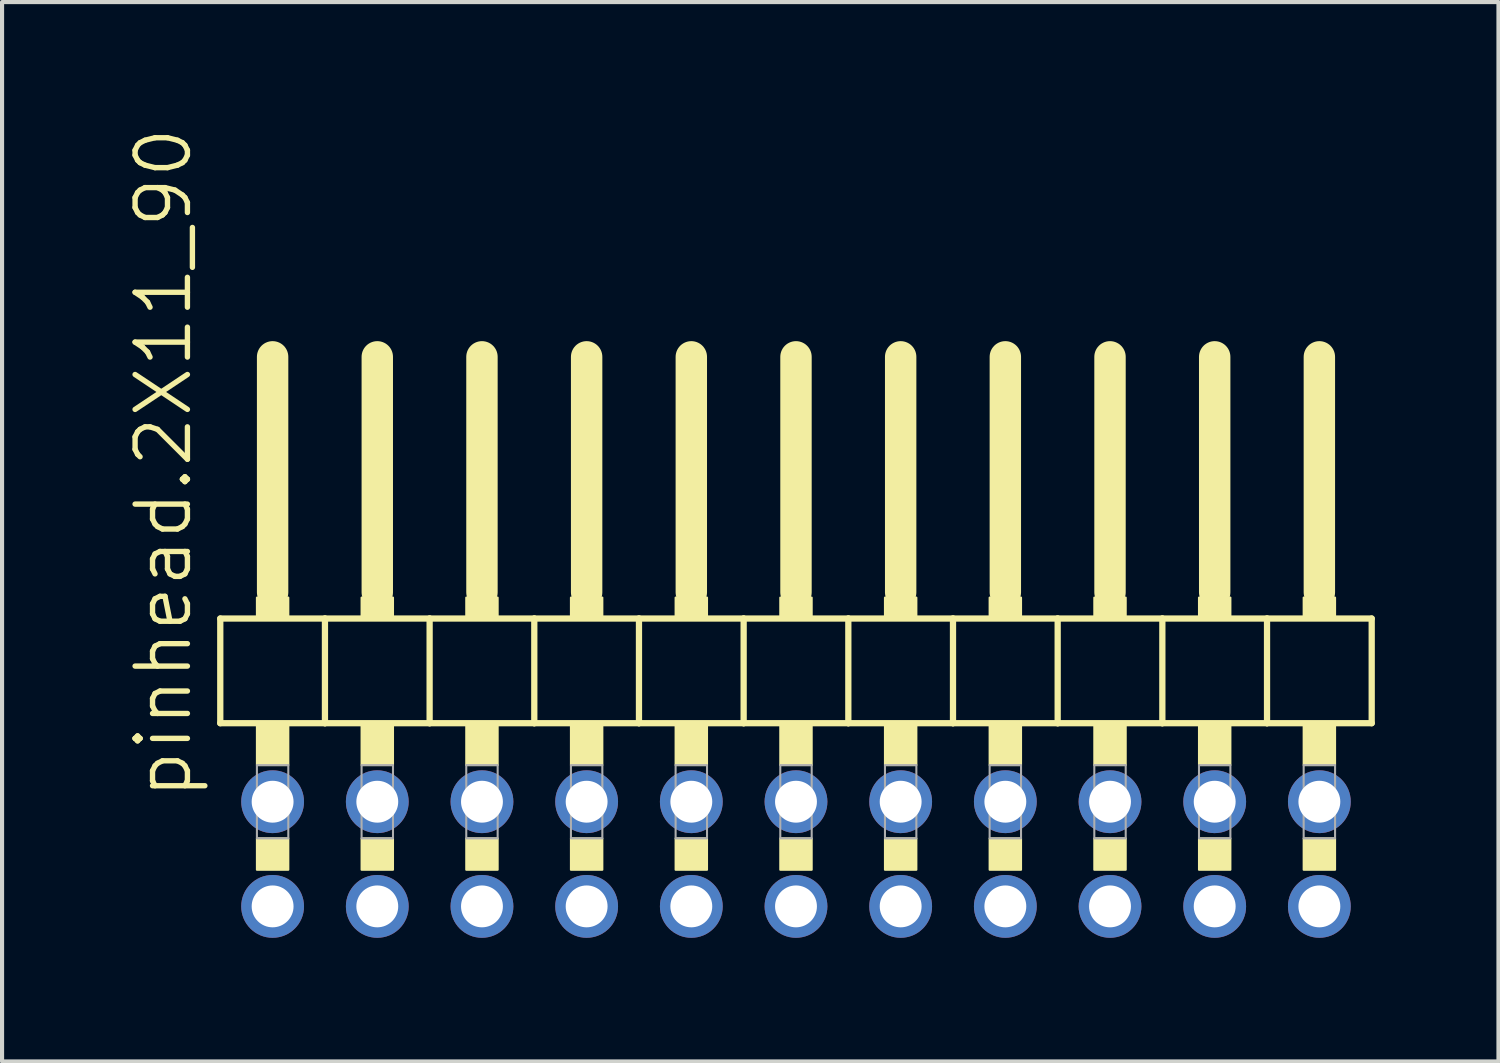
<source format=kicad_pcb>
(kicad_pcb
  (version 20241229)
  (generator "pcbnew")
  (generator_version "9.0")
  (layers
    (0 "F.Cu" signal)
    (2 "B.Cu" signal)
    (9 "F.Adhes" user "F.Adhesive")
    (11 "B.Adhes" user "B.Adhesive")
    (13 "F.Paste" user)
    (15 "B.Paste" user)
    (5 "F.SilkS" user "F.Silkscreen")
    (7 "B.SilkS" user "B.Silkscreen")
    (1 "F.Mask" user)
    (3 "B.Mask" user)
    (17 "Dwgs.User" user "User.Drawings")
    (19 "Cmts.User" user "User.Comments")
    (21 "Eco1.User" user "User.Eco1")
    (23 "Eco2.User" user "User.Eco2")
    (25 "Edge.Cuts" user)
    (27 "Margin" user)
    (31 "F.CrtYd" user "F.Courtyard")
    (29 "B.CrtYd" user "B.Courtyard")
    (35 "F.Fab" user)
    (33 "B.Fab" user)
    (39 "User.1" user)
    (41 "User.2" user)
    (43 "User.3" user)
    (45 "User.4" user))
  (footprint "pinhead.2X11_90"
    (layer "F.Cu")
    (at 16.265 12.594)
    (property "Reference" "pinhead.2X11_90" (at -14.605 3.81 90) (layer "F.SilkS") (effects (font (size 1.27 1.27) (thickness 0.13)) (justify left bottom)))
    (attr through_hole)
    (fp_line (start -13.97 -0.635) (end -13.97 1.905) (stroke (width 0.152) (type default)) (layer "F.SilkS"))
    (fp_line (start -13.97 1.905) (end -11.43 1.905) (stroke (width 0.152) (type default)) (layer "F.SilkS"))
    (fp_line (start -12.7 -6.985) (end -12.7 -1.27) (stroke (width 0.762) (type default)) (layer "F.SilkS"))
    (fp_line (start -11.43 -0.635) (end -13.97 -0.635) (stroke (width 0.152) (type default)) (layer "F.SilkS"))
    (fp_line (start -11.43 1.905) (end -11.43 -0.635) (stroke (width 0.152) (type default)) (layer "F.SilkS"))
    (fp_line (start -11.43 1.905) (end -8.89 1.905) (stroke (width 0.152) (type default)) (layer "F.SilkS"))
    (fp_line (start -10.16 -6.985) (end -10.16 -1.27) (stroke (width 0.762) (type default)) (layer "F.SilkS"))
    (fp_line (start -8.89 -0.635) (end -11.43 -0.635) (stroke (width 0.152) (type default)) (layer "F.SilkS"))
    (fp_line (start -8.89 1.905) (end -8.89 -0.635) (stroke (width 0.152) (type default)) (layer "F.SilkS"))
    (fp_line (start -8.89 1.905) (end -6.35 1.905) (stroke (width 0.152) (type default)) (layer "F.SilkS"))
    (fp_line (start -7.62 -6.985) (end -7.62 -1.27) (stroke (width 0.762) (type default)) (layer "F.SilkS"))
    (fp_line (start -6.35 -0.635) (end -8.89 -0.635) (stroke (width 0.152) (type default)) (layer "F.SilkS"))
    (fp_line (start -6.35 1.905) (end -6.35 -0.635) (stroke (width 0.152) (type default)) (layer "F.SilkS"))
    (fp_line (start -6.35 1.905) (end -3.81 1.905) (stroke (width 0.152) (type default)) (layer "F.SilkS"))
    (fp_line (start -5.08 -6.985) (end -5.08 -1.27) (stroke (width 0.762) (type default)) (layer "F.SilkS"))
    (fp_line (start -3.81 -0.635) (end -6.35 -0.635) (stroke (width 0.152) (type default)) (layer "F.SilkS"))
    (fp_line (start -3.81 1.905) (end -3.81 -0.635) (stroke (width 0.152) (type default)) (layer "F.SilkS"))
    (fp_line (start -3.81 1.905) (end -1.27 1.905) (stroke (width 0.152) (type default)) (layer "F.SilkS"))
    (fp_line (start -2.54 -6.985) (end -2.54 -1.27) (stroke (width 0.762) (type default)) (layer "F.SilkS"))
    (fp_line (start -1.27 -0.635) (end -3.81 -0.635) (stroke (width 0.152) (type default)) (layer "F.SilkS"))
    (fp_line (start -1.27 1.905) (end -1.27 -0.635) (stroke (width 0.152) (type default)) (layer "F.SilkS"))
    (fp_line (start -1.27 1.905) (end 1.27 1.905) (stroke (width 0.152) (type default)) (layer "F.SilkS"))
    (fp_line (start 0 -6.985) (end 0 -1.27) (stroke (width 0.762) (type default)) (layer "F.SilkS"))
    (fp_line (start 1.27 -0.635) (end -1.27 -0.635) (stroke (width 0.152) (type default)) (layer "F.SilkS"))
    (fp_line (start 1.27 1.905) (end 1.27 -0.635) (stroke (width 0.152) (type default)) (layer "F.SilkS"))
    (fp_line (start 1.27 1.905) (end 3.81 1.905) (stroke (width 0.152) (type default)) (layer "F.SilkS"))
    (fp_line (start 2.54 -6.985) (end 2.54 -1.27) (stroke (width 0.762) (type default)) (layer "F.SilkS"))
    (fp_line (start 3.81 -0.635) (end 1.27 -0.635) (stroke (width 0.152) (type default)) (layer "F.SilkS"))
    (fp_line (start 3.81 1.905) (end 3.81 -0.635) (stroke (width 0.152) (type default)) (layer "F.SilkS"))
    (fp_line (start 3.81 1.905) (end 6.35 1.905) (stroke (width 0.152) (type default)) (layer "F.SilkS"))
    (fp_line (start 5.08 -6.985) (end 5.08 -1.27) (stroke (width 0.762) (type default)) (layer "F.SilkS"))
    (fp_line (start 6.35 -0.635) (end 3.81 -0.635) (stroke (width 0.152) (type default)) (layer "F.SilkS"))
    (fp_line (start 6.35 1.905) (end 6.35 -0.635) (stroke (width 0.152) (type default)) (layer "F.SilkS"))
    (fp_line (start 6.35 1.905) (end 8.89 1.905) (stroke (width 0.152) (type default)) (layer "F.SilkS"))
    (fp_line (start 7.62 -6.985) (end 7.62 -1.27) (stroke (width 0.762) (type default)) (layer "F.SilkS"))
    (fp_line (start 8.89 -0.635) (end 6.35 -0.635) (stroke (width 0.152) (type default)) (layer "F.SilkS"))
    (fp_line (start 8.89 1.905) (end 8.89 -0.635) (stroke (width 0.152) (type default)) (layer "F.SilkS"))
    (fp_line (start 8.89 1.905) (end 11.43 1.905) (stroke (width 0.152) (type default)) (layer "F.SilkS"))
    (fp_line (start 10.16 -6.985) (end 10.16 -1.27) (stroke (width 0.762) (type default)) (layer "F.SilkS"))
    (fp_line (start 11.43 -0.635) (end 8.89 -0.635) (stroke (width 0.152) (type default)) (layer "F.SilkS"))
    (fp_line (start 11.43 1.905) (end 11.43 -0.635) (stroke (width 0.152) (type default)) (layer "F.SilkS"))
    (fp_line (start 11.43 1.905) (end 13.97 1.905) (stroke (width 0.152) (type default)) (layer "F.SilkS"))
    (fp_line (start 12.7 -6.985) (end 12.7 -1.27) (stroke (width 0.762) (type default)) (layer "F.SilkS"))
    (fp_line (start 13.97 -0.635) (end 11.43 -0.635) (stroke (width 0.152) (type default)) (layer "F.SilkS"))
    (fp_line (start 13.97 1.905) (end 13.97 -0.635) (stroke (width 0.152) (type default)) (layer "F.SilkS"))
    (fp_rect (start -13.081 -0.635) (end -12.319 -1.143) (stroke (width 0.05) (type default)) (fill yes) (layer "F.SilkS"))
    (fp_rect (start -13.081 2.921) (end -12.319 1.905) (stroke (width 0.05) (type default)) (fill yes) (layer "F.SilkS"))
    (fp_rect (start -13.081 5.461) (end -12.319 4.699) (stroke (width 0.05) (type default)) (fill yes) (layer "F.SilkS"))
    (fp_rect (start -10.541 -0.635) (end -9.779 -1.143) (stroke (width 0.05) (type default)) (fill yes) (layer "F.SilkS"))
    (fp_rect (start -10.541 2.921) (end -9.779 1.905) (stroke (width 0.05) (type default)) (fill yes) (layer "F.SilkS"))
    (fp_rect (start -10.541 5.461) (end -9.779 4.699) (stroke (width 0.05) (type default)) (fill yes) (layer "F.SilkS"))
    (fp_rect (start -8.001 -0.635) (end -7.239 -1.143) (stroke (width 0.05) (type default)) (fill yes) (layer "F.SilkS"))
    (fp_rect (start -8.001 2.921) (end -7.239 1.905) (stroke (width 0.05) (type default)) (fill yes) (layer "F.SilkS"))
    (fp_rect (start -8.001 5.461) (end -7.239 4.699) (stroke (width 0.05) (type default)) (fill yes) (layer "F.SilkS"))
    (fp_rect (start -5.461 -0.635) (end -4.699 -1.143) (stroke (width 0.05) (type default)) (fill yes) (layer "F.SilkS"))
    (fp_rect (start -5.461 2.921) (end -4.699 1.905) (stroke (width 0.05) (type default)) (fill yes) (layer "F.SilkS"))
    (fp_rect (start -5.461 5.461) (end -4.699 4.699) (stroke (width 0.05) (type default)) (fill yes) (layer "F.SilkS"))
    (fp_rect (start -2.921 -0.635) (end -2.159 -1.143) (stroke (width 0.05) (type default)) (fill yes) (layer "F.SilkS"))
    (fp_rect (start -2.921 2.921) (end -2.159 1.905) (stroke (width 0.05) (type default)) (fill yes) (layer "F.SilkS"))
    (fp_rect (start -2.921 5.461) (end -2.159 4.699) (stroke (width 0.05) (type default)) (fill yes) (layer "F.SilkS"))
    (fp_rect (start -0.381 -0.635) (end 0.381 -1.143) (stroke (width 0.05) (type default)) (fill yes) (layer "F.SilkS"))
    (fp_rect (start -0.381 2.921) (end 0.381 1.905) (stroke (width 0.05) (type default)) (fill yes) (layer "F.SilkS"))
    (fp_rect (start -0.381 5.461) (end 0.381 4.699) (stroke (width 0.05) (type default)) (fill yes) (layer "F.SilkS"))
    (fp_rect (start 2.159 -0.635) (end 2.921 -1.143) (stroke (width 0.05) (type default)) (fill yes) (layer "F.SilkS"))
    (fp_rect (start 2.159 2.921) (end 2.921 1.905) (stroke (width 0.05) (type default)) (fill yes) (layer "F.SilkS"))
    (fp_rect (start 2.159 5.461) (end 2.921 4.699) (stroke (width 0.05) (type default)) (fill yes) (layer "F.SilkS"))
    (fp_rect (start 4.699 -0.635) (end 5.461 -1.143) (stroke (width 0.05) (type default)) (fill yes) (layer "F.SilkS"))
    (fp_rect (start 4.699 2.921) (end 5.461 1.905) (stroke (width 0.05) (type default)) (fill yes) (layer "F.SilkS"))
    (fp_rect (start 4.699 5.461) (end 5.461 4.699) (stroke (width 0.05) (type default)) (fill yes) (layer "F.SilkS"))
    (fp_rect (start 7.239 -0.635) (end 8.001 -1.143) (stroke (width 0.05) (type default)) (fill yes) (layer "F.SilkS"))
    (fp_rect (start 7.239 2.921) (end 8.001 1.905) (stroke (width 0.05) (type default)) (fill yes) (layer "F.SilkS"))
    (fp_rect (start 7.239 5.461) (end 8.001 4.699) (stroke (width 0.05) (type default)) (fill yes) (layer "F.SilkS"))
    (fp_rect (start 9.779 -0.635) (end 10.541 -1.143) (stroke (width 0.05) (type default)) (fill yes) (layer "F.SilkS"))
    (fp_rect (start 9.779 2.921) (end 10.541 1.905) (stroke (width 0.05) (type default)) (fill yes) (layer "F.SilkS"))
    (fp_rect (start 9.779 5.461) (end 10.541 4.699) (stroke (width 0.05) (type default)) (fill yes) (layer "F.SilkS"))
    (fp_rect (start 12.319 -0.635) (end 13.081 -1.143) (stroke (width 0.05) (type default)) (fill yes) (layer "F.SilkS"))
    (fp_rect (start 12.319 2.921) (end 13.081 1.905) (stroke (width 0.05) (type default)) (fill yes) (layer "F.SilkS"))
    (fp_rect (start 12.319 5.461) (end 13.081 4.699) (stroke (width 0.05) (type default)) (fill yes) (layer "F.SilkS"))
    (fp_rect (start -13.081 4.699) (end -12.319 2.921) (stroke (width 0.05) (type default)) (fill no) (layer "F.Fab"))
    (fp_rect (start -10.541 4.699) (end -9.779 2.921) (stroke (width 0.05) (type default)) (fill no) (layer "F.Fab"))
    (fp_rect (start -8.001 4.699) (end -7.239 2.921) (stroke (width 0.05) (type default)) (fill no) (layer "F.Fab"))
    (fp_rect (start -5.461 4.699) (end -4.699 2.921) (stroke (width 0.05) (type default)) (fill no) (layer "F.Fab"))
    (fp_rect (start -2.921 4.699) (end -2.159 2.921) (stroke (width 0.05) (type default)) (fill no) (layer "F.Fab"))
    (fp_rect (start -0.381 4.699) (end 0.381 2.921) (stroke (width 0.05) (type default)) (fill no) (layer "F.Fab"))
    (fp_rect (start 2.159 4.699) (end 2.921 2.921) (stroke (width 0.05) (type default)) (fill no) (layer "F.Fab"))
    (fp_rect (start 4.699 4.699) (end 5.461 2.921) (stroke (width 0.05) (type default)) (fill no) (layer "F.Fab"))
    (fp_rect (start 7.239 4.699) (end 8.001 2.921) (stroke (width 0.05) (type default)) (fill no) (layer "F.Fab"))
    (fp_rect (start 9.779 4.699) (end 10.541 2.921) (stroke (width 0.05) (type default)) (fill no) (layer "F.Fab"))
    (fp_rect (start 12.319 4.699) (end 13.081 2.921) (stroke (width 0.05) (type default)) (fill no) (layer "F.Fab"))
    (pad "1" thru_hole circle (at -12.7 6.35) (size 1.524 1.524) (drill 1.016) (layers "*.Cu" "*.Mask"))
    (pad "2" thru_hole circle (at -12.7 3.81) (size 1.524 1.524) (drill 1.016) (layers "*.Cu" "*.Mask"))
    (pad "3" thru_hole circle (at -10.16 6.35) (size 1.524 1.524) (drill 1.016) (layers "*.Cu" "*.Mask"))
    (pad "4" thru_hole circle (at -10.16 3.81) (size 1.524 1.524) (drill 1.016) (layers "*.Cu" "*.Mask"))
    (pad "5" thru_hole circle (at -7.62 6.35) (size 1.524 1.524) (drill 1.016) (layers "*.Cu" "*.Mask"))
    (pad "6" thru_hole circle (at -7.62 3.81) (size 1.524 1.524) (drill 1.016) (layers "*.Cu" "*.Mask"))
    (pad "7" thru_hole circle (at -5.08 6.35) (size 1.524 1.524) (drill 1.016) (layers "*.Cu" "*.Mask"))
    (pad "8" thru_hole circle (at -5.08 3.81) (size 1.524 1.524) (drill 1.016) (layers "*.Cu" "*.Mask"))
    (pad "9" thru_hole circle (at -2.54 6.35) (size 1.524 1.524) (drill 1.016) (layers "*.Cu" "*.Mask"))
    (pad "10" thru_hole circle (at -2.54 3.81) (size 1.524 1.524) (drill 1.016) (layers "*.Cu" "*.Mask"))
    (pad "11" thru_hole circle (at 0 6.35) (size 1.524 1.524) (drill 1.016) (layers "*.Cu" "*.Mask"))
    (pad "12" thru_hole circle (at 0 3.81) (size 1.524 1.524) (drill 1.016) (layers "*.Cu" "*.Mask"))
    (pad "13" thru_hole circle (at 2.54 6.35) (size 1.524 1.524) (drill 1.016) (layers "*.Cu" "*.Mask"))
    (pad "14" thru_hole circle (at 2.54 3.81) (size 1.524 1.524) (drill 1.016) (layers "*.Cu" "*.Mask"))
    (pad "15" thru_hole circle (at 5.08 6.35) (size 1.524 1.524) (drill 1.016) (layers "*.Cu" "*.Mask"))
    (pad "16" thru_hole circle (at 5.08 3.81) (size 1.524 1.524) (drill 1.016) (layers "*.Cu" "*.Mask"))
    (pad "17" thru_hole circle (at 7.62 6.35) (size 1.524 1.524) (drill 1.016) (layers "*.Cu" "*.Mask"))
    (pad "18" thru_hole circle (at 7.62 3.81) (size 1.524 1.524) (drill 1.016) (layers "*.Cu" "*.Mask"))
    (pad "19" thru_hole circle (at 10.16 6.35) (size 1.524 1.524) (drill 1.016) (layers "*.Cu" "*.Mask"))
    (pad "20" thru_hole circle (at 10.16 3.81) (size 1.524 1.524) (drill 1.016) (layers "*.Cu" "*.Mask"))
    (pad "21" thru_hole circle (at 12.7 6.35) (size 1.524 1.524) (drill 1.016) (layers "*.Cu" "*.Mask"))
    (pad "22" thru_hole circle (at 12.7 3.81) (size 1.524 1.524) (drill 1.016) (layers "*.Cu" "*.Mask")))
  (gr_rect
    (start -3 -3)
    (end 33.311 22.706)
    (stroke (width 0.1) (type default))
    (fill no)
    (layer "Edge.Cuts")))
</source>
